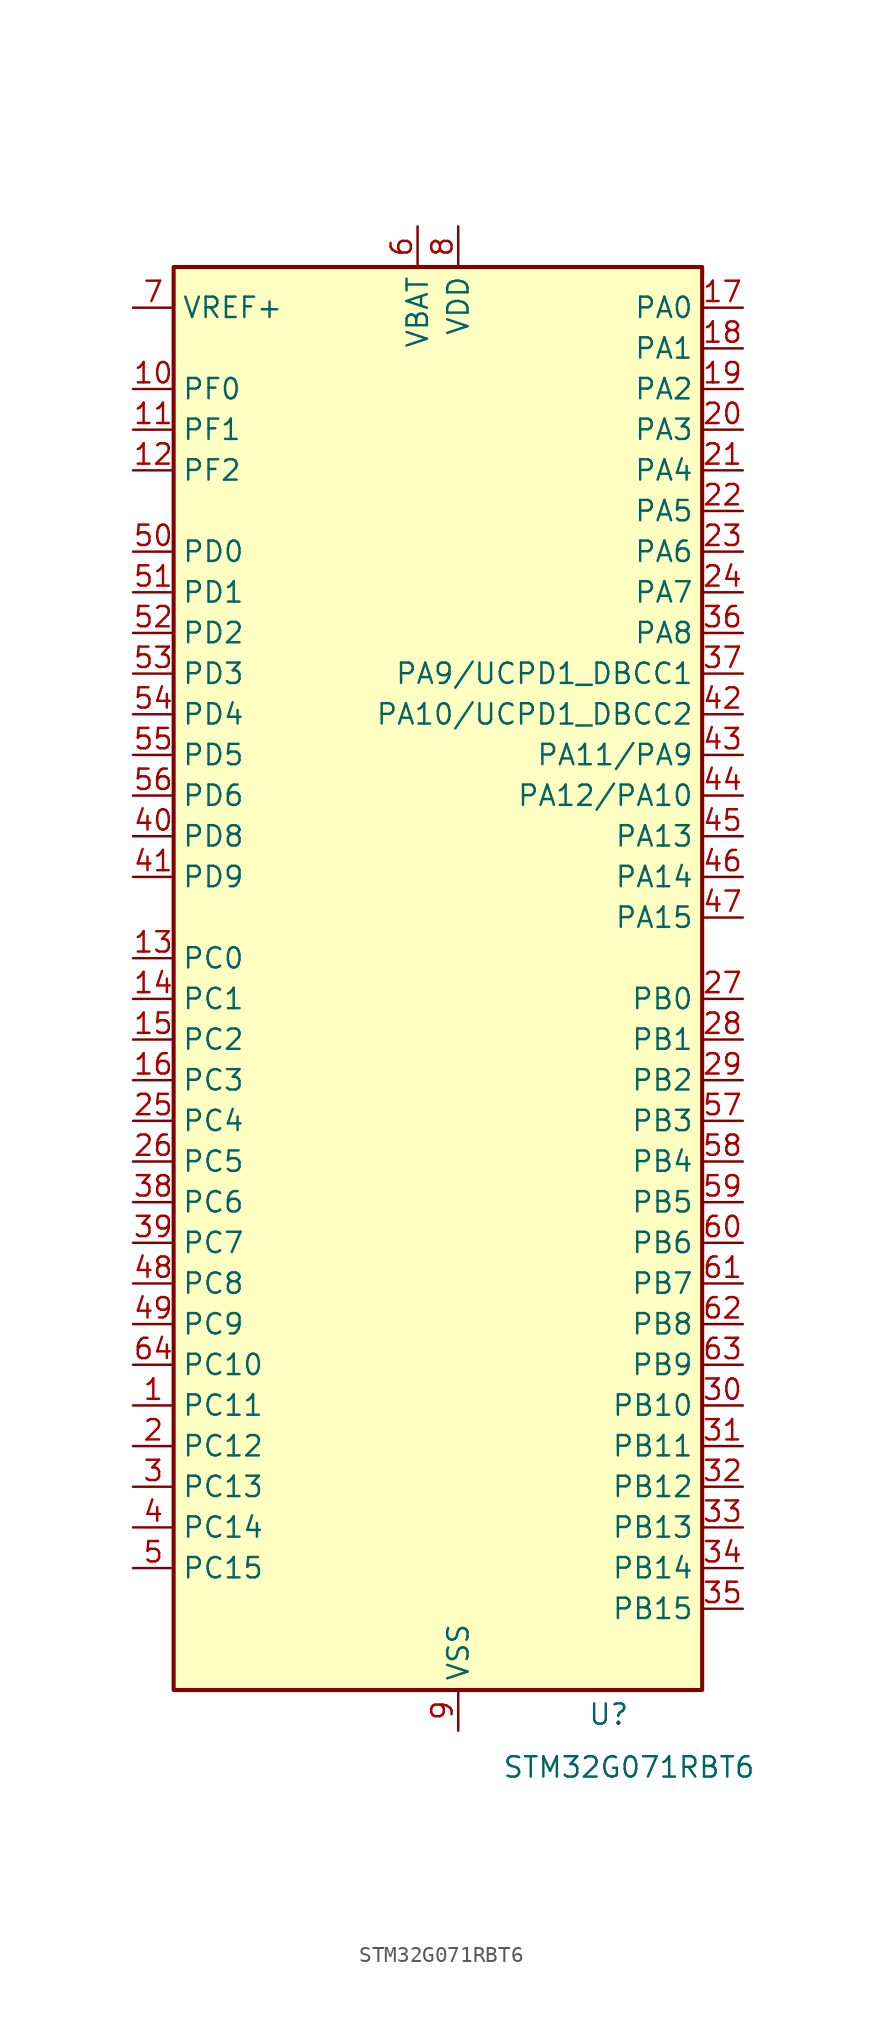
<source format=kicad_sym>
(kicad_symbol_lib
  (version 20241209)
  (generator "kicad_symbol_editor")
  (generator_version "9.0")
  (symbol "STM32G071RBT6"
    (property "Reference" "U"
      (at 11.938 -44.704 0)
      (effects (font (size 1.27 1.27))))
    (property "Value" "STM32G071RBT6"
      (at 13.208 -48.006 0)
      (effects (font (size 1.27 1.27))))
    (symbol "STM32G071RBT6_0_1"
      (rectangle (start -15.24 -43.18) (end 17.78 45.72) (stroke (width 0.254) (type default)) (fill (type background))))
    (symbol "STM32G071RBT6_1_1"
      (pin input line (at -17.78 43.18 0) (length 2.54) (name "VREF+" (effects (font (size 1.27 1.27)))) (number "7" (effects (font (size 1.27 1.27)))) (alternate "VREFBUF_OUT" bidirectional line))
      (pin bidirectional line (at -17.78 38.1 0) (length 2.54) (name "PF0" (effects (font (size 1.27 1.27)))) (number "10" (effects (font (size 1.27 1.27)))) (alternate "RCC_OSC_IN" bidirectional line) (alternate "TIM14_CH1" bidirectional line))
      (pin bidirectional line (at -17.78 35.56 0) (length 2.54) (name "PF1" (effects (font (size 1.27 1.27)))) (number "11" (effects (font (size 1.27 1.27)))) (alternate "RCC_OSC_EN" bidirectional line) (alternate "RCC_OSC_OUT" bidirectional line) (alternate "TIM15_CH1N" bidirectional line))
      (pin bidirectional line (at -17.78 33.02 0) (length 2.54) (name "PF2" (effects (font (size 1.27 1.27)))) (number "12" (effects (font (size 1.27 1.27)))) (alternate "RCC_MCO" bidirectional line))
      (pin bidirectional line (at -17.78 27.94 0) (length 2.54) (name "PD0" (effects (font (size 1.27 1.27)))) (number "50" (effects (font (size 1.27 1.27)))) (alternate "SPI2_NSS" bidirectional line) (alternate "TIM16_CH1" bidirectional line) (alternate "UCPD2_CC1" bidirectional line))
      (pin bidirectional line (at -17.78 25.4 0) (length 2.54) (name "PD1" (effects (font (size 1.27 1.27)))) (number "51" (effects (font (size 1.27 1.27)))) (alternate "SPI2_SCK" bidirectional line) (alternate "TIM17_CH1" bidirectional line) (alternate "UCPD2_DBCC1" bidirectional line))
      (pin bidirectional line (at -17.78 22.86 0) (length 2.54) (name "PD2" (effects (font (size 1.27 1.27)))) (number "52" (effects (font (size 1.27 1.27)))) (alternate "TIM1_CH1N" bidirectional line) (alternate "TIM3_ETR" bidirectional line) (alternate "UCPD2_CC2" bidirectional line) (alternate "USART3_CK" bidirectional line) (alternate "USART3_DE" bidirectional line) (alternate "USART3_RTS" bidirectional line))
      (pin bidirectional line (at -17.78 20.32 0) (length 2.54) (name "PD3" (effects (font (size 1.27 1.27)))) (number "53" (effects (font (size 1.27 1.27)))) (alternate "SPI2_MISO" bidirectional line) (alternate "TIM1_CH2N" bidirectional line) (alternate "UCPD2_DBCC2" bidirectional line) (alternate "USART2_CTS" bidirectional line) (alternate "USART2_NSS" bidirectional line))
      (pin bidirectional line (at -17.78 17.78 0) (length 2.54) (name "PD4" (effects (font (size 1.27 1.27)))) (number "54" (effects (font (size 1.27 1.27)))) (alternate "SPI2_MOSI" bidirectional line) (alternate "TIM1_CH3N" bidirectional line) (alternate "USART2_CK" bidirectional line) (alternate "USART2_DE" bidirectional line) (alternate "USART2_RTS" bidirectional line))
      (pin bidirectional line (at -17.78 15.24 0) (length 2.54) (name "PD5" (effects (font (size 1.27 1.27)))) (number "55" (effects (font (size 1.27 1.27)))) (alternate "I2S1_MCK" bidirectional line) (alternate "SPI1_MISO" bidirectional line) (alternate "TIM1_BK" bidirectional line) (alternate "USART2_TX" bidirectional line))
      (pin bidirectional line (at -17.78 12.7 0) (length 2.54) (name "PD6" (effects (font (size 1.27 1.27)))) (number "56" (effects (font (size 1.27 1.27)))) (alternate "I2S1_SD" bidirectional line) (alternate "LPTIM2_OUT" bidirectional line) (alternate "SPI1_MOSI" bidirectional line) (alternate "USART2_RX" bidirectional line))
      (pin bidirectional line (at -17.78 10.16 0) (length 2.54) (name "PD8" (effects (font (size 1.27 1.27)))) (number "40" (effects (font (size 1.27 1.27)))) (alternate "I2S1_CK" bidirectional line) (alternate "LPTIM1_OUT" bidirectional line) (alternate "SPI1_SCK" bidirectional line) (alternate "USART3_TX" bidirectional line))
      (pin bidirectional line (at -17.78 7.62 0) (length 2.54) (name "PD9" (effects (font (size 1.27 1.27)))) (number "41" (effects (font (size 1.27 1.27)))) (alternate "DAC1_EXTI9" bidirectional line) (alternate "I2S1_WS" bidirectional line) (alternate "SPI1_NSS" bidirectional line) (alternate "TIM1_BK2" bidirectional line) (alternate "USART3_RX" bidirectional line))
      (pin bidirectional line (at -17.78 2.54 0) (length 2.54) (name "PC0" (effects (font (size 1.27 1.27)))) (number "13" (effects (font (size 1.27 1.27)))) (alternate "LPTIM1_IN1" bidirectional line) (alternate "LPTIM2_IN1" bidirectional line) (alternate "LPUART1_RX" bidirectional line))
      (pin bidirectional line (at -17.78 0 0) (length 2.54) (name "PC1" (effects (font (size 1.27 1.27)))) (number "14" (effects (font (size 1.27 1.27)))) (alternate "LPTIM1_OUT" bidirectional line) (alternate "LPUART1_TX" bidirectional line) (alternate "TIM15_CH1" bidirectional line))
      (pin bidirectional line (at -17.78 -2.54 0) (length 2.54) (name "PC2" (effects (font (size 1.27 1.27)))) (number "15" (effects (font (size 1.27 1.27)))) (alternate "LPTIM1_IN2" bidirectional line) (alternate "SPI2_MISO" bidirectional line) (alternate "TIM15_CH2" bidirectional line))
      (pin bidirectional line (at -17.78 -5.08 0) (length 2.54) (name "PC3" (effects (font (size 1.27 1.27)))) (number "16" (effects (font (size 1.27 1.27)))) (alternate "LPTIM1_ETR" bidirectional line) (alternate "LPTIM2_ETR" bidirectional line) (alternate "SPI2_MOSI" bidirectional line))
      (pin bidirectional line (at -17.78 -7.62 0) (length 2.54) (name "PC4" (effects (font (size 1.27 1.27)))) (number "25" (effects (font (size 1.27 1.27)))) (alternate "ADC1_IN17" bidirectional line) (alternate "COMP1_INM" bidirectional line) (alternate "TIM2_CH1" bidirectional line) (alternate "TIM2_ETR" bidirectional line) (alternate "USART1_TX" bidirectional line) (alternate "USART3_TX" bidirectional line))
      (pin bidirectional line (at -17.78 -10.16 0) (length 2.54) (name "PC5" (effects (font (size 1.27 1.27)))) (number "26" (effects (font (size 1.27 1.27)))) (alternate "ADC1_IN18" bidirectional line) (alternate "COMP1_INP" bidirectional line) (alternate "SYS_WKUP5" bidirectional line) (alternate "TIM2_CH2" bidirectional line) (alternate "USART1_RX" bidirectional line) (alternate "USART3_RX" bidirectional line))
      (pin bidirectional line (at -17.78 -12.7 0) (length 2.54) (name "PC6" (effects (font (size 1.27 1.27)))) (number "38" (effects (font (size 1.27 1.27)))) (alternate "TIM2_CH3" bidirectional line) (alternate "TIM3_CH1" bidirectional line) (alternate "UCPD1_FRSTX1" bidirectional line) (alternate "UCPD1_FRSTX2" bidirectional line))
      (pin bidirectional line (at -17.78 -15.24 0) (length 2.54) (name "PC7" (effects (font (size 1.27 1.27)))) (number "39" (effects (font (size 1.27 1.27)))) (alternate "TIM2_CH4" bidirectional line) (alternate "TIM3_CH2" bidirectional line) (alternate "UCPD2_FRSTX1" bidirectional line) (alternate "UCPD2_FRSTX2" bidirectional line))
      (pin bidirectional line (at -17.78 -17.78 0) (length 2.54) (name "PC8" (effects (font (size 1.27 1.27)))) (number "48" (effects (font (size 1.27 1.27)))) (alternate "TIM1_CH1" bidirectional line) (alternate "TIM3_CH3" bidirectional line) (alternate "UCPD2_FRSTX1" bidirectional line) (alternate "UCPD2_FRSTX2" bidirectional line))
      (pin bidirectional line (at -17.78 -20.32 0) (length 2.54) (name "PC9" (effects (font (size 1.27 1.27)))) (number "49" (effects (font (size 1.27 1.27)))) (alternate "DAC1_EXTI9" bidirectional line) (alternate "I2S_CKIN" bidirectional line) (alternate "TIM1_CH2" bidirectional line) (alternate "TIM3_CH4" bidirectional line))
      (pin bidirectional line (at -17.78 -22.86 0) (length 2.54) (name "PC10" (effects (font (size 1.27 1.27)))) (number "64" (effects (font (size 1.27 1.27)))) (alternate "TIM1_CH3" bidirectional line) (alternate "USART3_TX" bidirectional line) (alternate "USART4_TX" bidirectional line))
      (pin bidirectional line (at -17.78 -25.4 0) (length 2.54) (name "PC11" (effects (font (size 1.27 1.27)))) (number "1" (effects (font (size 1.27 1.27)))) (alternate "ADC1_EXTI11" bidirectional line) (alternate "TIM1_CH4" bidirectional line) (alternate "USART3_RX" bidirectional line) (alternate "USART4_RX" bidirectional line))
      (pin bidirectional line (at -17.78 -27.94 0) (length 2.54) (name "PC12" (effects (font (size 1.27 1.27)))) (number "2" (effects (font (size 1.27 1.27)))) (alternate "LPTIM1_IN1" bidirectional line) (alternate "TIM14_CH1" bidirectional line) (alternate "UCPD1_FRSTX1" bidirectional line) (alternate "UCPD1_FRSTX2" bidirectional line))
      (pin bidirectional line (at -17.78 -30.48 0) (length 2.54) (name "PC13" (effects (font (size 1.27 1.27)))) (number "3" (effects (font (size 1.27 1.27)))) (alternate "RTC_OUT_ALARM" bidirectional line) (alternate "RTC_OUT_CALIB" bidirectional line) (alternate "RTC_TAMP_IN1" bidirectional line) (alternate "RTC_TS" bidirectional line) (alternate "SYS_WKUP2" bidirectional line) (alternate "TIM1_BK" bidirectional line))
      (pin bidirectional line (at -17.78 -33.02 0) (length 2.54) (name "PC14" (effects (font (size 1.27 1.27)))) (number "4" (effects (font (size 1.27 1.27)))) (alternate "RCC_OSC32_IN" bidirectional line) (alternate "TIM1_BK2" bidirectional line))
      (pin bidirectional line (at -17.78 -35.56 0) (length 2.54) (name "PC15" (effects (font (size 1.27 1.27)))) (number "5" (effects (font (size 1.27 1.27)))) (alternate "RCC_OSC32_EN" bidirectional line) (alternate "RCC_OSC32_OUT" bidirectional line) (alternate "RCC_OSC_EN" bidirectional line) (alternate "TIM15_BK" bidirectional line))
      (pin power_in line (at 0 48.26 270) (length 2.54) (name "VBAT" (effects (font (size 1.27 1.27)))) (number "6" (effects (font (size 1.27 1.27)))))
      (pin power_in line (at 2.54 48.26 270) (length 2.54) (name "VDD" (effects (font (size 1.27 1.27)))) (number "8" (effects (font (size 1.27 1.27)))))
      (pin power_in line (at 2.54 -45.72 90) (length 2.54) (name "VSS" (effects (font (size 1.27 1.27)))) (number "9" (effects (font (size 1.27 1.27)))))
      (pin bidirectional line (at 20.32 43.18 180) (length 2.54) (name "PA0" (effects (font (size 1.27 1.27)))) (number "17" (effects (font (size 1.27 1.27)))) (alternate "ADC1_IN0" bidirectional line) (alternate "COMP1_INM" bidirectional line) (alternate "COMP1_OUT" bidirectional line) (alternate "LPTIM1_OUT" bidirectional line) (alternate "RTC_TAMP_IN2" bidirectional line) (alternate "SPI2_SCK" bidirectional line) (alternate "SYS_WKUP1" bidirectional line) (alternate "TIM2_CH1" bidirectional line) (alternate "TIM2_ETR" bidirectional line) (alternate "UCPD2_FRSTX1" bidirectional line) (alternate "UCPD2_FRSTX2" bidirectional line) (alternate "USART2_CTS" bidirectional line) (alternate "USART2_NSS" bidirectional line) (alternate "USART4_TX" bidirectional line))
      (pin bidirectional line (at 20.32 40.64 180) (length 2.54) (name "PA1" (effects (font (size 1.27 1.27)))) (number "18" (effects (font (size 1.27 1.27)))) (alternate "ADC1_IN1" bidirectional line) (alternate "COMP1_INP" bidirectional line) (alternate "I2C1_SMBA" bidirectional line) (alternate "I2S1_CK" bidirectional line) (alternate "SPI1_SCK" bidirectional line) (alternate "TIM15_CH1N" bidirectional line) (alternate "TIM2_CH2" bidirectional line) (alternate "USART2_CK" bidirectional line) (alternate "USART2_DE" bidirectional line) (alternate "USART2_RTS" bidirectional line) (alternate "USART4_RX" bidirectional line))
      (pin bidirectional line (at 20.32 38.1 180) (length 2.54) (name "PA2" (effects (font (size 1.27 1.27)))) (number "19" (effects (font (size 1.27 1.27)))) (alternate "ADC1_IN2" bidirectional line) (alternate "COMP2_INM" bidirectional line) (alternate "COMP2_OUT" bidirectional line) (alternate "I2S1_SD" bidirectional line) (alternate "LPUART1_TX" bidirectional line) (alternate "RCC_LSCO" bidirectional line) (alternate "SPI1_MOSI" bidirectional line) (alternate "SYS_WKUP4" bidirectional line) (alternate "TIM15_CH1" bidirectional line) (alternate "TIM2_CH3" bidirectional line) (alternate "UCPD1_FRSTX1" bidirectional line) (alternate "UCPD1_FRSTX2" bidirectional line) (alternate "USART2_TX" bidirectional line))
      (pin bidirectional line (at 20.32 35.56 180) (length 2.54) (name "PA3" (effects (font (size 1.27 1.27)))) (number "20" (effects (font (size 1.27 1.27)))) (alternate "ADC1_IN3" bidirectional line) (alternate "COMP2_INP" bidirectional line) (alternate "LPUART1_RX" bidirectional line) (alternate "SPI2_MISO" bidirectional line) (alternate "TIM15_CH2" bidirectional line) (alternate "TIM2_CH4" bidirectional line) (alternate "UCPD2_FRSTX1" bidirectional line) (alternate "UCPD2_FRSTX2" bidirectional line) (alternate "USART2_RX" bidirectional line))
      (pin bidirectional line (at 20.32 33.02 180) (length 2.54) (name "PA4" (effects (font (size 1.27 1.27)))) (number "21" (effects (font (size 1.27 1.27)))) (alternate "ADC1_IN4" bidirectional line) (alternate "DAC1_OUT1" bidirectional line) (alternate "I2S1_WS" bidirectional line) (alternate "LPTIM2_OUT" bidirectional line) (alternate "RTC_OUT_ALARM" bidirectional line) (alternate "RTC_OUT_CALIB" bidirectional line) (alternate "SPI1_NSS" bidirectional line) (alternate "SPI2_MOSI" bidirectional line) (alternate "TIM14_CH1" bidirectional line) (alternate "UCPD2_FRSTX1" bidirectional line) (alternate "UCPD2_FRSTX2" bidirectional line))
      (pin bidirectional line (at 20.32 30.48 180) (length 2.54) (name "PA5" (effects (font (size 1.27 1.27)))) (number "22" (effects (font (size 1.27 1.27)))) (alternate "ADC1_IN5" bidirectional line) (alternate "CEC" bidirectional line) (alternate "DAC1_OUT2" bidirectional line) (alternate "I2S1_CK" bidirectional line) (alternate "LPTIM2_ETR" bidirectional line) (alternate "SPI1_SCK" bidirectional line) (alternate "TIM2_CH1" bidirectional line) (alternate "TIM2_ETR" bidirectional line) (alternate "UCPD1_FRSTX1" bidirectional line) (alternate "UCPD1_FRSTX2" bidirectional line) (alternate "USART3_TX" bidirectional line))
      (pin bidirectional line (at 20.32 27.94 180) (length 2.54) (name "PA6" (effects (font (size 1.27 1.27)))) (number "23" (effects (font (size 1.27 1.27)))) (alternate "ADC1_IN6" bidirectional line) (alternate "COMP1_OUT" bidirectional line) (alternate "I2S1_MCK" bidirectional line) (alternate "LPUART1_CTS" bidirectional line) (alternate "SPI1_MISO" bidirectional line) (alternate "TIM16_CH1" bidirectional line) (alternate "TIM1_BK" bidirectional line) (alternate "TIM3_CH1" bidirectional line) (alternate "USART3_CTS" bidirectional line) (alternate "USART3_NSS" bidirectional line))
      (pin bidirectional line (at 20.32 25.4 180) (length 2.54) (name "PA7" (effects (font (size 1.27 1.27)))) (number "24" (effects (font (size 1.27 1.27)))) (alternate "ADC1_IN7" bidirectional line) (alternate "COMP2_OUT" bidirectional line) (alternate "I2S1_SD" bidirectional line) (alternate "SPI1_MOSI" bidirectional line) (alternate "TIM14_CH1" bidirectional line) (alternate "TIM17_CH1" bidirectional line) (alternate "TIM1_CH1N" bidirectional line) (alternate "TIM3_CH2" bidirectional line) (alternate "UCPD1_FRSTX1" bidirectional line) (alternate "UCPD1_FRSTX2" bidirectional line))
      (pin bidirectional line (at 20.32 22.86 180) (length 2.54) (name "PA8" (effects (font (size 1.27 1.27)))) (number "36" (effects (font (size 1.27 1.27)))) (alternate "LPTIM2_OUT" bidirectional line) (alternate "RCC_MCO" bidirectional line) (alternate "SPI2_NSS" bidirectional line) (alternate "TIM1_CH1" bidirectional line) (alternate "UCPD1_CC1" bidirectional line))
      (pin bidirectional line (at 20.32 20.32 180) (length 2.54) (name "PA9/UCPD1_DBCC1" (effects (font (size 1.27 1.27)))) (number "37" (effects (font (size 1.27 1.27)))) (alternate "DAC1_EXTI9" bidirectional line) (alternate "I2C1_SCL" bidirectional line) (alternate "RCC_MCO" bidirectional line) (alternate "SPI2_MISO" bidirectional line) (alternate "TIM15_BK" bidirectional line) (alternate "TIM1_CH2" bidirectional line) (alternate "UCPD1_DBCC1" bidirectional line) (alternate "USART1_TX" bidirectional line))
      (pin bidirectional line (at 20.32 17.78 180) (length 2.54) (name "PA10/UCPD1_DBCC2" (effects (font (size 1.27 1.27)))) (number "42" (effects (font (size 1.27 1.27)))) (alternate "I2C1_SDA" bidirectional line) (alternate "SPI2_MOSI" bidirectional line) (alternate "TIM17_BK" bidirectional line) (alternate "TIM1_CH3" bidirectional line) (alternate "UCPD1_DBCC2" bidirectional line) (alternate "USART1_RX" bidirectional line))
      (pin bidirectional line (at 20.32 15.24 180) (length 2.54) (name "PA11/PA9" (effects (font (size 1.27 1.27)))) (number "43" (effects (font (size 1.27 1.27)))) (alternate "ADC1_EXTI11" bidirectional line) (alternate "COMP1_OUT" bidirectional line) (alternate "I2C2_SCL" bidirectional line) (alternate "I2S1_MCK" bidirectional line) (alternate "SPI1_MISO" bidirectional line) (alternate "TIM1_BK2" bidirectional line) (alternate "TIM1_CH4" bidirectional line) (alternate "USART1_CTS" bidirectional line) (alternate "USART1_NSS" bidirectional line))
      (pin bidirectional line (at 20.32 12.7 180) (length 2.54) (name "PA12/PA10" (effects (font (size 1.27 1.27)))) (number "44" (effects (font (size 1.27 1.27)))) (alternate "COMP2_OUT" bidirectional line) (alternate "I2C2_SDA" bidirectional line) (alternate "I2S1_SD" bidirectional line) (alternate "I2S_CKIN" bidirectional line) (alternate "SPI1_MOSI" bidirectional line) (alternate "TIM1_ETR" bidirectional line) (alternate "USART1_CK" bidirectional line) (alternate "USART1_DE" bidirectional line) (alternate "USART1_RTS" bidirectional line))
      (pin bidirectional line (at 20.32 10.16 180) (length 2.54) (name "PA13" (effects (font (size 1.27 1.27)))) (number "45" (effects (font (size 1.27 1.27)))) (alternate "IR_OUT" bidirectional line) (alternate "SYS_SWDIO" bidirectional line))
      (pin bidirectional line (at 20.32 7.62 180) (length 2.54) (name "PA14" (effects (font (size 1.27 1.27)))) (number "46" (effects (font (size 1.27 1.27)))) (alternate "SYS_SWCLK" bidirectional line) (alternate "USART2_TX" bidirectional line))
      (pin bidirectional line (at 20.32 5.08 180) (length 2.54) (name "PA15" (effects (font (size 1.27 1.27)))) (number "47" (effects (font (size 1.27 1.27)))) (alternate "I2S1_WS" bidirectional line) (alternate "SPI1_NSS" bidirectional line) (alternate "TIM2_CH1" bidirectional line) (alternate "TIM2_ETR" bidirectional line) (alternate "USART2_RX" bidirectional line) (alternate "USART3_CK" bidirectional line) (alternate "USART3_DE" bidirectional line) (alternate "USART3_RTS" bidirectional line) (alternate "USART4_CK" bidirectional line) (alternate "USART4_DE" bidirectional line) (alternate "USART4_RTS" bidirectional line))
      (pin bidirectional line (at 20.32 0 180) (length 2.54) (name "PB0" (effects (font (size 1.27 1.27)))) (number "27" (effects (font (size 1.27 1.27)))) (alternate "ADC1_IN8" bidirectional line) (alternate "COMP1_OUT" bidirectional line) (alternate "I2S1_WS" bidirectional line) (alternate "LPTIM1_OUT" bidirectional line) (alternate "SPI1_NSS" bidirectional line) (alternate "TIM1_CH2N" bidirectional line) (alternate "TIM3_CH3" bidirectional line) (alternate "UCPD1_FRSTX1" bidirectional line) (alternate "UCPD1_FRSTX2" bidirectional line) (alternate "USART3_RX" bidirectional line))
      (pin bidirectional line (at 20.32 -2.54 180) (length 2.54) (name "PB1" (effects (font (size 1.27 1.27)))) (number "28" (effects (font (size 1.27 1.27)))) (alternate "ADC1_IN9" bidirectional line) (alternate "COMP1_INM" bidirectional line) (alternate "LPTIM2_IN1" bidirectional line) (alternate "LPUART1_DE" bidirectional line) (alternate "LPUART1_RTS" bidirectional line) (alternate "TIM14_CH1" bidirectional line) (alternate "TIM1_CH3N" bidirectional line) (alternate "TIM3_CH4" bidirectional line) (alternate "USART3_CK" bidirectional line) (alternate "USART3_DE" bidirectional line) (alternate "USART3_RTS" bidirectional line))
      (pin bidirectional line (at 20.32 -5.08 180) (length 2.54) (name "PB2" (effects (font (size 1.27 1.27)))) (number "29" (effects (font (size 1.27 1.27)))) (alternate "ADC1_IN10" bidirectional line) (alternate "COMP1_INP" bidirectional line) (alternate "LPTIM1_OUT" bidirectional line) (alternate "SPI2_MISO" bidirectional line) (alternate "USART3_TX" bidirectional line))
      (pin bidirectional line (at 20.32 -7.62 180) (length 2.54) (name "PB3" (effects (font (size 1.27 1.27)))) (number "57" (effects (font (size 1.27 1.27)))) (alternate "COMP2_INM" bidirectional line) (alternate "I2S1_CK" bidirectional line) (alternate "SPI1_SCK" bidirectional line) (alternate "TIM1_CH2" bidirectional line) (alternate "TIM2_CH2" bidirectional line) (alternate "USART1_CK" bidirectional line) (alternate "USART1_DE" bidirectional line) (alternate "USART1_RTS" bidirectional line))
      (pin bidirectional line (at 20.32 -10.16 180) (length 2.54) (name "PB4" (effects (font (size 1.27 1.27)))) (number "58" (effects (font (size 1.27 1.27)))) (alternate "COMP2_INP" bidirectional line) (alternate "I2S1_MCK" bidirectional line) (alternate "SPI1_MISO" bidirectional line) (alternate "TIM17_BK" bidirectional line) (alternate "TIM3_CH1" bidirectional line) (alternate "USART1_CTS" bidirectional line) (alternate "USART1_NSS" bidirectional line))
      (pin bidirectional line (at 20.32 -12.7 180) (length 2.54) (name "PB5" (effects (font (size 1.27 1.27)))) (number "59" (effects (font (size 1.27 1.27)))) (alternate "COMP2_OUT" bidirectional line) (alternate "I2C1_SMBA" bidirectional line) (alternate "I2S1_SD" bidirectional line) (alternate "LPTIM1_IN1" bidirectional line) (alternate "SPI1_MOSI" bidirectional line) (alternate "SYS_WKUP6" bidirectional line) (alternate "TIM16_BK" bidirectional line) (alternate "TIM3_CH2" bidirectional line))
      (pin bidirectional line (at 20.32 -15.24 180) (length 2.54) (name "PB6" (effects (font (size 1.27 1.27)))) (number "60" (effects (font (size 1.27 1.27)))) (alternate "COMP2_INP" bidirectional line) (alternate "I2C1_SCL" bidirectional line) (alternate "LPTIM1_ETR" bidirectional line) (alternate "SPI2_MISO" bidirectional line) (alternate "TIM16_CH1N" bidirectional line) (alternate "TIM1_CH3" bidirectional line) (alternate "USART1_TX" bidirectional line))
      (pin bidirectional line (at 20.32 -17.78 180) (length 2.54) (name "PB7" (effects (font (size 1.27 1.27)))) (number "61" (effects (font (size 1.27 1.27)))) (alternate "COMP2_INM" bidirectional line) (alternate "I2C1_SDA" bidirectional line) (alternate "LPTIM1_IN2" bidirectional line) (alternate "SPI2_MOSI" bidirectional line) (alternate "SYS_PVD_IN" bidirectional line) (alternate "TIM17_CH1N" bidirectional line) (alternate "USART1_RX" bidirectional line) (alternate "USART4_CTS" bidirectional line) (alternate "USART4_NSS" bidirectional line))
      (pin bidirectional line (at 20.32 -20.32 180) (length 2.54) (name "PB8" (effects (font (size 1.27 1.27)))) (number "62" (effects (font (size 1.27 1.27)))) (alternate "CEC" bidirectional line) (alternate "I2C1_SCL" bidirectional line) (alternate "SPI2_SCK" bidirectional line) (alternate "TIM15_BK" bidirectional line) (alternate "TIM16_CH1" bidirectional line) (alternate "USART3_TX" bidirectional line))
      (pin bidirectional line (at 20.32 -22.86 180) (length 2.54) (name "PB9" (effects (font (size 1.27 1.27)))) (number "63" (effects (font (size 1.27 1.27)))) (alternate "DAC1_EXTI9" bidirectional line) (alternate "I2C1_SDA" bidirectional line) (alternate "IR_OUT" bidirectional line) (alternate "SPI2_NSS" bidirectional line) (alternate "TIM17_CH1" bidirectional line) (alternate "UCPD2_FRSTX1" bidirectional line) (alternate "UCPD2_FRSTX2" bidirectional line) (alternate "USART3_RX" bidirectional line))
      (pin bidirectional line (at 20.32 -25.4 180) (length 2.54) (name "PB10" (effects (font (size 1.27 1.27)))) (number "30" (effects (font (size 1.27 1.27)))) (alternate "ADC1_IN11" bidirectional line) (alternate "CEC" bidirectional line) (alternate "COMP1_OUT" bidirectional line) (alternate "I2C2_SCL" bidirectional line) (alternate "LPUART1_RX" bidirectional line) (alternate "SPI2_SCK" bidirectional line) (alternate "TIM2_CH3" bidirectional line) (alternate "USART3_TX" bidirectional line))
      (pin bidirectional line (at 20.32 -27.94 180) (length 2.54) (name "PB11" (effects (font (size 1.27 1.27)))) (number "31" (effects (font (size 1.27 1.27)))) (alternate "ADC1_EXTI11" bidirectional line) (alternate "ADC1_IN15" bidirectional line) (alternate "COMP2_OUT" bidirectional line) (alternate "I2C2_SDA" bidirectional line) (alternate "LPUART1_TX" bidirectional line) (alternate "SPI2_MOSI" bidirectional line) (alternate "TIM2_CH4" bidirectional line) (alternate "USART3_RX" bidirectional line))
      (pin bidirectional line (at 20.32 -30.48 180) (length 2.54) (name "PB12" (effects (font (size 1.27 1.27)))) (number "32" (effects (font (size 1.27 1.27)))) (alternate "ADC1_IN16" bidirectional line) (alternate "LPUART1_DE" bidirectional line) (alternate "LPUART1_RTS" bidirectional line) (alternate "SPI2_NSS" bidirectional line) (alternate "TIM15_BK" bidirectional line) (alternate "TIM1_BK" bidirectional line) (alternate "UCPD2_FRSTX1" bidirectional line) (alternate "UCPD2_FRSTX2" bidirectional line))
      (pin bidirectional line (at 20.32 -33.02 180) (length 2.54) (name "PB13" (effects (font (size 1.27 1.27)))) (number "33" (effects (font (size 1.27 1.27)))) (alternate "I2C2_SCL" bidirectional line) (alternate "LPUART1_CTS" bidirectional line) (alternate "SPI2_SCK" bidirectional line) (alternate "TIM15_CH1N" bidirectional line) (alternate "TIM1_CH1N" bidirectional line) (alternate "USART3_CTS" bidirectional line) (alternate "USART3_NSS" bidirectional line))
      (pin bidirectional line (at 20.32 -35.56 180) (length 2.54) (name "PB14" (effects (font (size 1.27 1.27)))) (number "34" (effects (font (size 1.27 1.27)))) (alternate "I2C2_SDA" bidirectional line) (alternate "SPI2_MISO" bidirectional line) (alternate "TIM15_CH1" bidirectional line) (alternate "TIM1_CH2N" bidirectional line) (alternate "UCPD1_FRSTX1" bidirectional line) (alternate "UCPD1_FRSTX2" bidirectional line) (alternate "USART3_CK" bidirectional line) (alternate "USART3_DE" bidirectional line) (alternate "USART3_RTS" bidirectional line))
      (pin bidirectional line (at 20.32 -38.1 180) (length 2.54) (name "PB15" (effects (font (size 1.27 1.27)))) (number "35" (effects (font (size 1.27 1.27)))) (alternate "RTC_REFIN" bidirectional line) (alternate "SPI2_MOSI" bidirectional line) (alternate "TIM15_CH1N" bidirectional line) (alternate "TIM15_CH2" bidirectional line) (alternate "TIM1_CH3N" bidirectional line) (alternate "UCPD1_CC2" bidirectional line)))))
</source>
